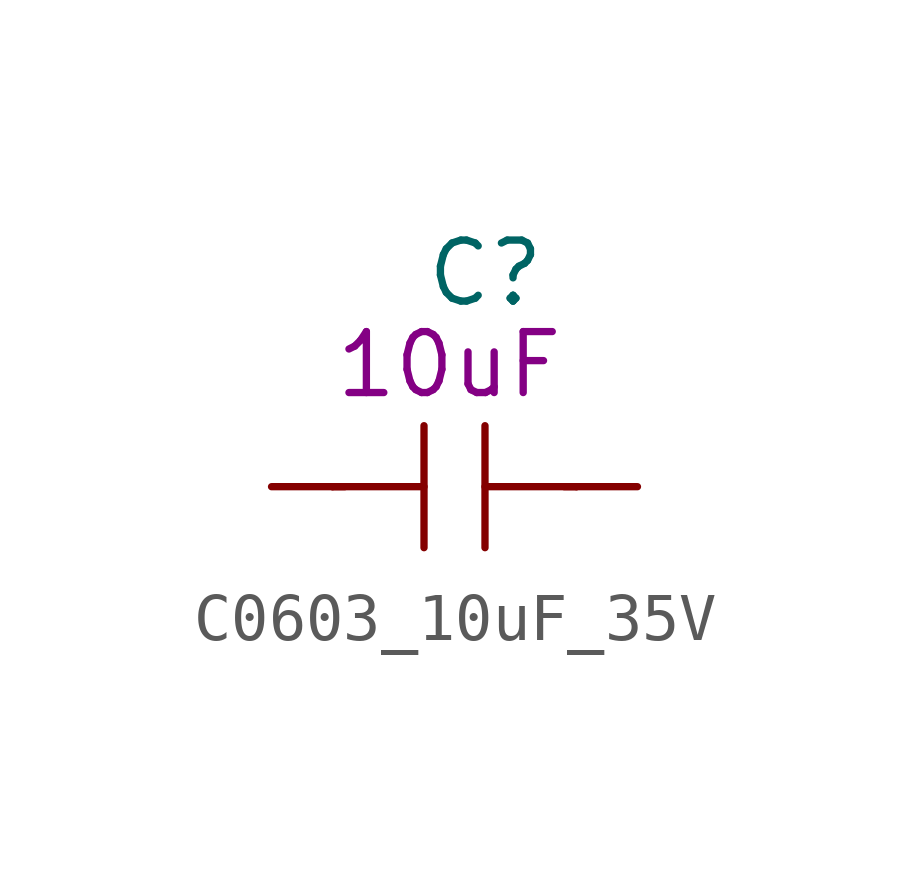
<source format=kicad_sym>
(kicad_symbol_lib
  (version 20211014)
  (generator kicad_symbol_editor)
  (symbol "C0603_10uF_35V"
    (pin_numbers hide)
    (pin_names
      (offset 1.016))
    (property "Reference" "C"
      (at -0.635 4.445 0)
      (effects (font (size 1.27 1.27)) (justify left)))
    (property "Symbol" "10uF"
      (at -2.54 2.54 0)
      (effects (font (size 1.27 1.27)) (justify left)))
    (symbol "C0603_10uF_35V_1_1"
      (polyline (pts (xy -2.54 0) (xy -0.635 0)) (stroke (width 0) (type default) (color 0 0 0 0)) (fill (type none)))
      (polyline (pts (xy -2.286 0) (xy -2.54 0)) (stroke (width 0) (type default) (color 0 0 0 0)) (fill (type none)))
      (polyline (pts (xy -0.635 1.27) (xy -0.635 -1.27)) (stroke (width 0) (type default) (color 0 0 0 0)) (fill (type none)))
      (polyline (pts (xy 0.635 0) (xy 2.54 0)) (stroke (width 0) (type default) (color 0 0 0 0)) (fill (type none)))
      (polyline (pts (xy 0.635 1.27) (xy 0.635 -1.27)) (stroke (width 0) (type default) (color 0 0 0 0)) (fill (type none)))
      (polyline (pts (xy 2.286 0) (xy 2.54 0)) (stroke (width 0) (type default) (color 0 0 0 0)) (fill (type none)))
      (pin passive line (at -3.81 0 0) (length 1.27) (name "~" (effects (font (size 1.27 1.27)))) (number "1" (effects (font (size 1.27 1.27)))))
      (pin passive line (at 3.81 0 180) (length 1.27) (name "~" (effects (font (size 1.27 1.27)))) (number "2" (effects (font (size 1.27 1.27))))))))
</source>
